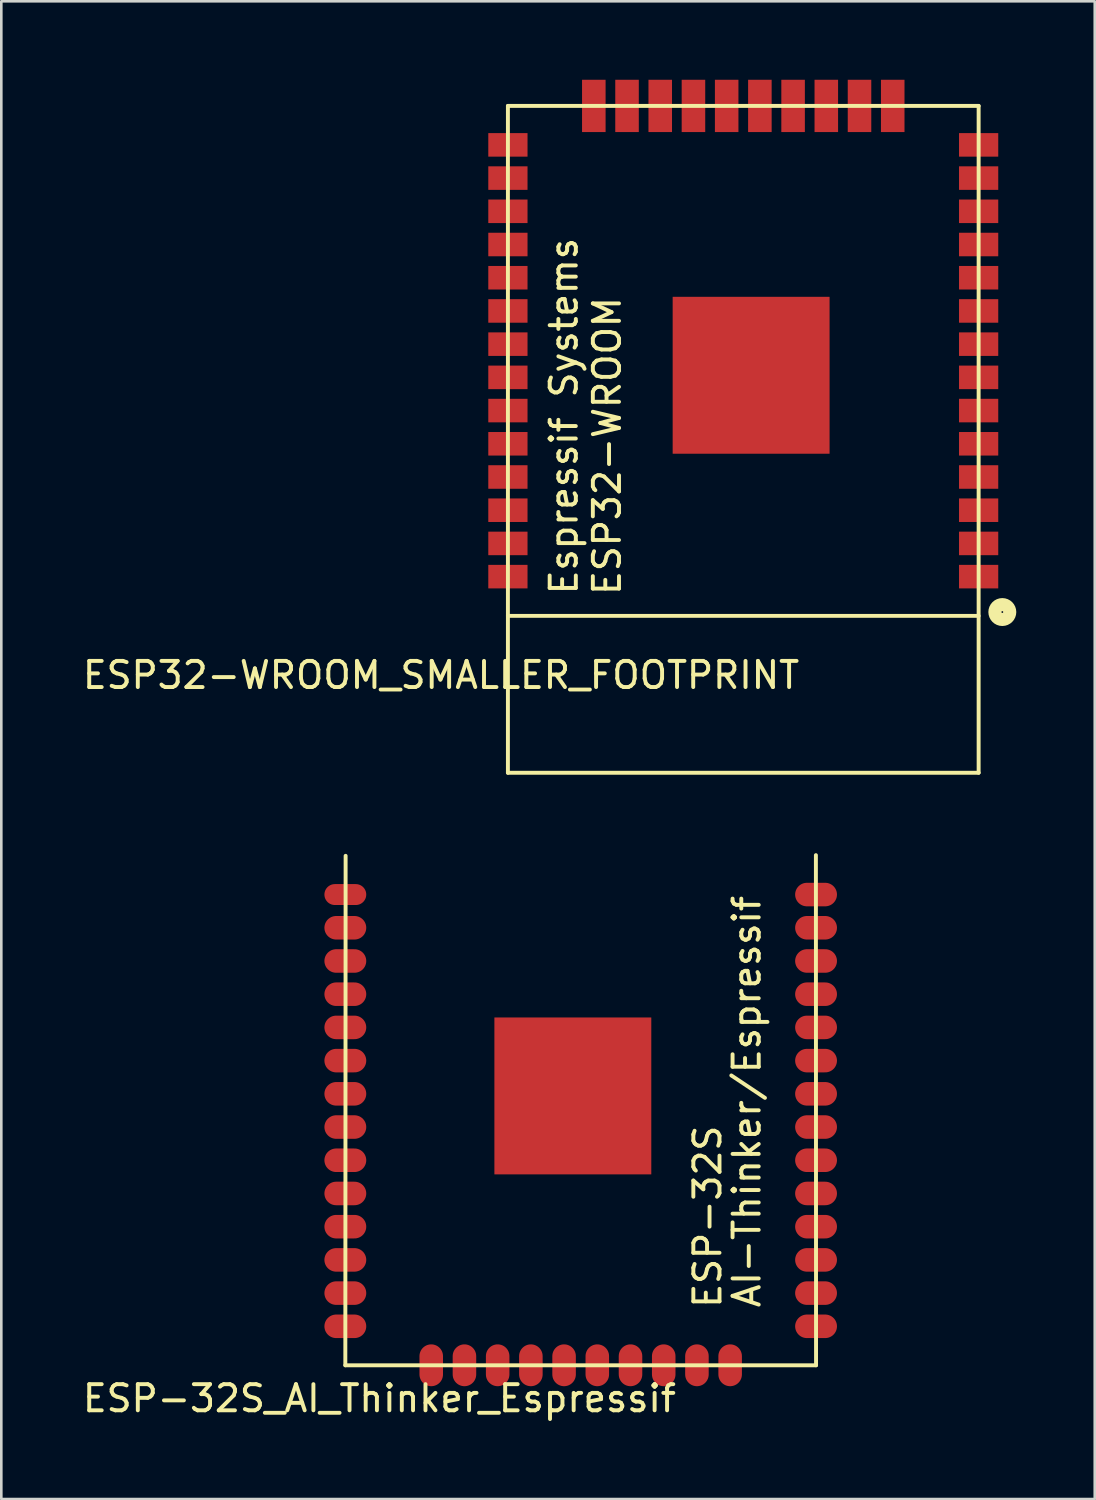
<source format=kicad_pcb>
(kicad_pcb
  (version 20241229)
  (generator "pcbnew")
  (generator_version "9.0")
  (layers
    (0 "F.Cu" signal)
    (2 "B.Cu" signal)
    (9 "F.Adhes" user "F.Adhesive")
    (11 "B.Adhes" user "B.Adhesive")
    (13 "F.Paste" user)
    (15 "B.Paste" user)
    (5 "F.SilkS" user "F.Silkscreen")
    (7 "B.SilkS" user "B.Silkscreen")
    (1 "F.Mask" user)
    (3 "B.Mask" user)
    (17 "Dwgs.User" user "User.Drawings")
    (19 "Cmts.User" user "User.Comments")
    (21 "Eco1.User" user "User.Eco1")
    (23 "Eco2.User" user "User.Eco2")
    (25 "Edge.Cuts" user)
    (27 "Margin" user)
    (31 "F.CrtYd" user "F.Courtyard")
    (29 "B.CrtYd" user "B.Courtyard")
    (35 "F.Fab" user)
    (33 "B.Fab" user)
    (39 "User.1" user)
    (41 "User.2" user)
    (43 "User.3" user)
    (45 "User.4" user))
  (footprint "ESP32-WROOM_SMALLER_FOOTPRINT"
    (layer "F.Cu")
    (at 25.372 13.75)
    (property "Reference" "ESP32-WROOM_SMALLER_FOOTPRINT" (at -11.557 9.017 0) (layer "F.SilkS") (effects (font (size 1 1) (thickness 0.15))))
    (attr through_hole)
    (fp_line (start -9 -12.75) (end 9 -12.75) (stroke (width 0.15) (type solid)) (layer "F.SilkS"))
    (fp_line (start -9 6.75) (end 9 6.75) (stroke (width 0.15) (type solid)) (layer "F.SilkS"))
    (fp_line (start -9 12.75) (end -9 -12.75) (stroke (width 0.15) (type solid)) (layer "F.SilkS"))
    (fp_line (start -9 12.75) (end 9 12.75) (stroke (width 0.15) (type solid)) (layer "F.SilkS"))
    (fp_line (start 9 12.75) (end 9 -12.75) (stroke (width 0.15) (type solid)) (layer "F.SilkS"))
    (fp_circle (center 9.906 6.604) (end 10.033 6.858) (stroke (width 0.5) (type solid)) (fill no) (layer "F.SilkS"))
    (fp_text user "ESP32-WROOM" (at -5.207 0.254 90) (layer "F.SilkS") (effects (font (size 1 1) (thickness 0.15))))
    (fp_text user "Espressif Systems" (at -6.858 -0.889 90) (layer "F.SilkS") (effects (font (size 1 1) (thickness 0.15))))
    (pad "1" smd rect (at 9 5.25) (size 1.5 0.9) (layers "F.Cu" "F.Mask" "F.Paste"))
    (pad "2" smd rect (at 9 3.98) (size 1.5 0.9) (layers "F.Cu" "F.Mask" "F.Paste"))
    (pad "3" smd rect (at 9 2.71) (size 1.5 0.9) (layers "F.Cu" "F.Mask" "F.Paste"))
    (pad "4" smd rect (at 9 1.44) (size 1.5 0.9) (layers "F.Cu" "F.Mask" "F.Paste"))
    (pad "5" smd rect (at 9 0.17) (size 1.5 0.9) (layers "F.Cu" "F.Mask" "F.Paste"))
    (pad "6" smd rect (at 9 -1.1) (size 1.5 0.9) (layers "F.Cu" "F.Mask" "F.Paste"))
    (pad "7" smd rect (at 9 -2.37) (size 1.5 0.9) (layers "F.Cu" "F.Mask" "F.Paste"))
    (pad "8" smd rect (at 9 -3.64) (size 1.5 0.9) (layers "F.Cu" "F.Mask" "F.Paste"))
    (pad "9" smd rect (at 9 -4.91) (size 1.5 0.9) (layers "F.Cu" "F.Mask" "F.Paste"))
    (pad "10" smd rect (at 9 -6.18) (size 1.5 0.9) (layers "F.Cu" "F.Mask" "F.Paste"))
    (pad "11" smd rect (at 9 -7.45) (size 1.5 0.9) (layers "F.Cu" "F.Mask" "F.Paste"))
    (pad "12" smd rect (at 9 -8.72) (size 1.5 0.9) (layers "F.Cu" "F.Mask" "F.Paste"))
    (pad "13" smd rect (at 9 -9.99) (size 1.5 0.9) (layers "F.Cu" "F.Mask" "F.Paste"))
    (pad "14" smd rect (at 9 -11.26) (size 1.5 0.9) (layers "F.Cu" "F.Mask" "F.Paste"))
    (pad "15" smd rect (at 5.715 -12.75) (size 0.9 2) (layers "F.Cu" "F.Mask" "F.Paste"))
    (pad "16" smd rect (at 4.445 -12.75) (size 0.9 2) (layers "F.Cu" "F.Mask" "F.Paste"))
    (pad "17" smd rect (at 3.175 -12.75) (size 0.9 2) (layers "F.Cu" "F.Mask" "F.Paste"))
    (pad "18" smd rect (at 1.905 -12.75) (size 0.9 2) (layers "F.Cu" "F.Mask" "F.Paste"))
    (pad "19" smd rect (at 0.635 -12.75) (size 0.9 2) (layers "F.Cu" "F.Mask" "F.Paste"))
    (pad "20" smd rect (at -0.635 -12.75) (size 0.9 2) (layers "F.Cu" "F.Mask" "F.Paste"))
    (pad "21" smd rect (at -1.905 -12.75) (size 0.9 2) (layers "F.Cu" "F.Mask" "F.Paste"))
    (pad "22" smd rect (at -3.175 -12.75) (size 0.9 2) (layers "F.Cu" "F.Mask" "F.Paste"))
    (pad "23" smd rect (at -4.445 -12.75) (size 0.9 2) (layers "F.Cu" "F.Mask" "F.Paste"))
    (pad "24" smd rect (at -5.715 -12.75) (size 0.9 2) (layers "F.Cu" "F.Mask" "F.Paste"))
    (pad "25" smd rect (at -9 -11.26) (size 1.5 0.9) (layers "F.Cu" "F.Mask" "F.Paste"))
    (pad "26" smd rect (at -9 -9.99) (size 1.5 0.9) (layers "F.Cu" "F.Mask" "F.Paste"))
    (pad "27" smd rect (at -9 -8.72) (size 1.5 0.9) (layers "F.Cu" "F.Mask" "F.Paste"))
    (pad "28" smd rect (at -9 -7.45) (size 1.5 0.9) (layers "F.Cu" "F.Mask" "F.Paste"))
    (pad "29" smd rect (at -9 -6.18) (size 1.5 0.9) (layers "F.Cu" "F.Mask" "F.Paste"))
    (pad "30" smd rect (at -9 -4.91) (size 1.5 0.9) (layers "F.Cu" "F.Mask" "F.Paste"))
    (pad "31" smd rect (at -9 -3.64) (size 1.5 0.9) (layers "F.Cu" "F.Mask" "F.Paste"))
    (pad "32" smd rect (at -9 -2.37) (size 1.5 0.9) (layers "F.Cu" "F.Mask" "F.Paste"))
    (pad "33" smd rect (at -9 -1.1) (size 1.5 0.9) (layers "F.Cu" "F.Mask" "F.Paste"))
    (pad "34" smd rect (at -9 0.17) (size 1.5 0.9) (layers "F.Cu" "F.Mask" "F.Paste"))
    (pad "35" smd rect (at -9 1.44) (size 1.5 0.9) (layers "F.Cu" "F.Mask" "F.Paste"))
    (pad "36" smd rect (at -9 2.71) (size 1.5 0.9) (layers "F.Cu" "F.Mask" "F.Paste"))
    (pad "37" smd rect (at -9 3.98) (size 1.5 0.9) (layers "F.Cu" "F.Mask" "F.Paste"))
    (pad "38" smd rect (at -9 5.25) (size 1.5 0.9) (layers "F.Cu" "F.Mask" "F.Paste"))
    (pad "39" smd rect (at 0.3 -2.45) (size 6 6) (layers "F.Cu" "F.Mask" "F.Paste")))
  (footprint "ESP-32S_AI_Thinker_Espressif"
    (layer "F.Cu")
    (at 19.208 40.674)
    (property "Reference" "ESP-32S_AI_Thinker_Espressif" (at -7.75 9.75 0) (layer "F.SilkS") (effects (font (size 1 1) (thickness 0.15))))
    (attr through_hole)
    (fp_line (start -9.042 -10.998) (end -9.053 8.483) (stroke (width 0.15) (type solid)) (layer "F.SilkS"))
    (fp_line (start 8.941 -11.024) (end 8.947 8.483) (stroke (width 0.15) (type solid)) (layer "F.SilkS"))
    (fp_line (start 8.947 8.483) (end -9.053 8.483) (stroke (width 0.15) (type solid)) (layer "F.SilkS"))
    (fp_text user "AI-Thinker/Espressif" (at 6.3 -1.6 90) (layer "F.SilkS") (effects (font (size 1 1) (thickness 0.15))))
    (fp_text user "ESP-32S" (at 4.8 2.8 90) (layer "F.SilkS") (effects (font (size 1 1) (thickness 0.15))))
    (pad "1" smd oval (at -9.053 -9.517 180) (size 1.6 0.8) (layers "F.Cu" "F.Mask" "F.Paste"))
    (pad "2" smd oval (at -9.053 -8.247 180) (size 1.6 0.9) (layers "F.Cu" "F.Mask" "F.Paste"))
    (pad "3" smd oval (at -9.053 -6.977 180) (size 1.6 0.9) (layers "F.Cu" "F.Mask" "F.Paste"))
    (pad "4" smd oval (at -9.053 -5.707 180) (size 1.6 0.9) (layers "F.Cu" "F.Mask" "F.Paste"))
    (pad "5" smd oval (at -9.053 -4.437 180) (size 1.6 0.9) (layers "F.Cu" "F.Mask" "F.Paste"))
    (pad "6" smd oval (at -9.053 -3.167 180) (size 1.6 0.9) (layers "F.Cu" "F.Mask" "F.Paste"))
    (pad "7" smd oval (at -9.053 -1.897 180) (size 1.6 0.9) (layers "F.Cu" "F.Mask" "F.Paste"))
    (pad "8" smd oval (at -9.053 -0.627 180) (size 1.6 0.9) (layers "F.Cu" "F.Mask" "F.Paste"))
    (pad "9" smd oval (at -9.053 0.643 180) (size 1.6 0.9) (layers "F.Cu" "F.Mask" "F.Paste"))
    (pad "10" smd oval (at -9.053 1.913 180) (size 1.6 0.9) (layers "F.Cu" "F.Mask" "F.Paste"))
    (pad "11" smd oval (at -9.053 3.183 180) (size 1.6 0.9) (layers "F.Cu" "F.Mask" "F.Paste"))
    (pad "12" smd oval (at -9.053 4.453 180) (size 1.6 0.9) (layers "F.Cu" "F.Mask" "F.Paste"))
    (pad "13" smd oval (at -9.053 5.723 180) (size 1.6 0.9) (layers "F.Cu" "F.Mask" "F.Paste"))
    (pad "14" smd oval (at -9.053 6.993 180) (size 1.6 0.9) (layers "F.Cu" "F.Mask" "F.Paste"))
    (pad "15" smd oval (at -5.768 8.483 180) (size 0.9 1.6) (layers "F.Cu" "F.Mask" "F.Paste"))
    (pad "16" smd oval (at -4.498 8.483 180) (size 0.9 1.6) (layers "F.Cu" "F.Mask" "F.Paste"))
    (pad "17" smd oval (at -3.228 8.483 180) (size 0.9 1.6) (layers "F.Cu" "F.Mask" "F.Paste"))
    (pad "18" smd oval (at -1.958 8.483 180) (size 0.9 1.6) (layers "F.Cu" "F.Mask" "F.Paste"))
    (pad "19" smd oval (at -0.688 8.483 180) (size 0.9 1.6) (layers "F.Cu" "F.Mask" "F.Paste"))
    (pad "20" smd oval (at 0.582 8.483 180) (size 0.9 1.6) (layers "F.Cu" "F.Mask" "F.Paste"))
    (pad "21" smd oval (at 1.852 8.483 180) (size 0.9 1.6) (layers "F.Cu" "F.Mask" "F.Paste"))
    (pad "22" smd oval (at 3.122 8.483 180) (size 0.9 1.6) (layers "F.Cu" "F.Mask" "F.Paste"))
    (pad "23" smd oval (at 4.392 8.483 180) (size 0.9 1.6) (layers "F.Cu" "F.Mask" "F.Paste"))
    (pad "24" smd oval (at 5.662 8.483 180) (size 0.9 1.6) (layers "F.Cu" "F.Mask" "F.Paste"))
    (pad "25" smd oval (at 8.947 6.993 180) (size 1.6 0.9) (layers "F.Cu" "F.Mask" "F.Paste"))
    (pad "26" smd oval (at 8.947 5.723 180) (size 1.6 0.9) (layers "F.Cu" "F.Mask" "F.Paste"))
    (pad "27" smd oval (at 8.947 4.453 180) (size 1.6 0.9) (layers "F.Cu" "F.Mask" "F.Paste"))
    (pad "28" smd oval (at 8.947 3.183 180) (size 1.6 0.9) (layers "F.Cu" "F.Mask" "F.Paste"))
    (pad "29" smd oval (at 8.947 1.913 180) (size 1.6 0.9) (layers "F.Cu" "F.Mask" "F.Paste"))
    (pad "30" smd oval (at 8.947 0.643 180) (size 1.6 0.9) (layers "F.Cu" "F.Mask" "F.Paste"))
    (pad "31" smd oval (at 8.947 -0.627 180) (size 1.6 0.9) (layers "F.Cu" "F.Mask" "F.Paste"))
    (pad "32" smd oval (at 8.947 -1.897 180) (size 1.6 0.9) (layers "F.Cu" "F.Mask" "F.Paste"))
    (pad "33" smd oval (at 8.947 -3.167 180) (size 1.6 0.9) (layers "F.Cu" "F.Mask" "F.Paste"))
    (pad "34" smd oval (at 8.947 -4.437 180) (size 1.6 0.9) (layers "F.Cu" "F.Mask" "F.Paste"))
    (pad "35" smd oval (at 8.947 -5.707 180) (size 1.6 0.9) (layers "F.Cu" "F.Mask" "F.Paste"))
    (pad "36" smd oval (at 8.947 -6.977 180) (size 1.6 0.9) (layers "F.Cu" "F.Mask" "F.Paste"))
    (pad "37" smd oval (at 8.947 -8.247 180) (size 1.6 0.9) (layers "F.Cu" "F.Mask" "F.Paste"))
    (pad "38" smd oval (at 8.947 -9.517 180) (size 1.6 0.9) (layers "F.Cu" "F.Mask" "F.Paste"))
    (pad "39" smd rect (at -0.353 -1.817 180) (size 6 6) (layers "F.Cu" "F.Mask" "F.Paste")))
  (gr_rect
    (start -3 -3)
    (end 38.812 54.272)
    (stroke (width 0.1) (type default))
    (fill no)
    (layer "Edge.Cuts")))
</source>
